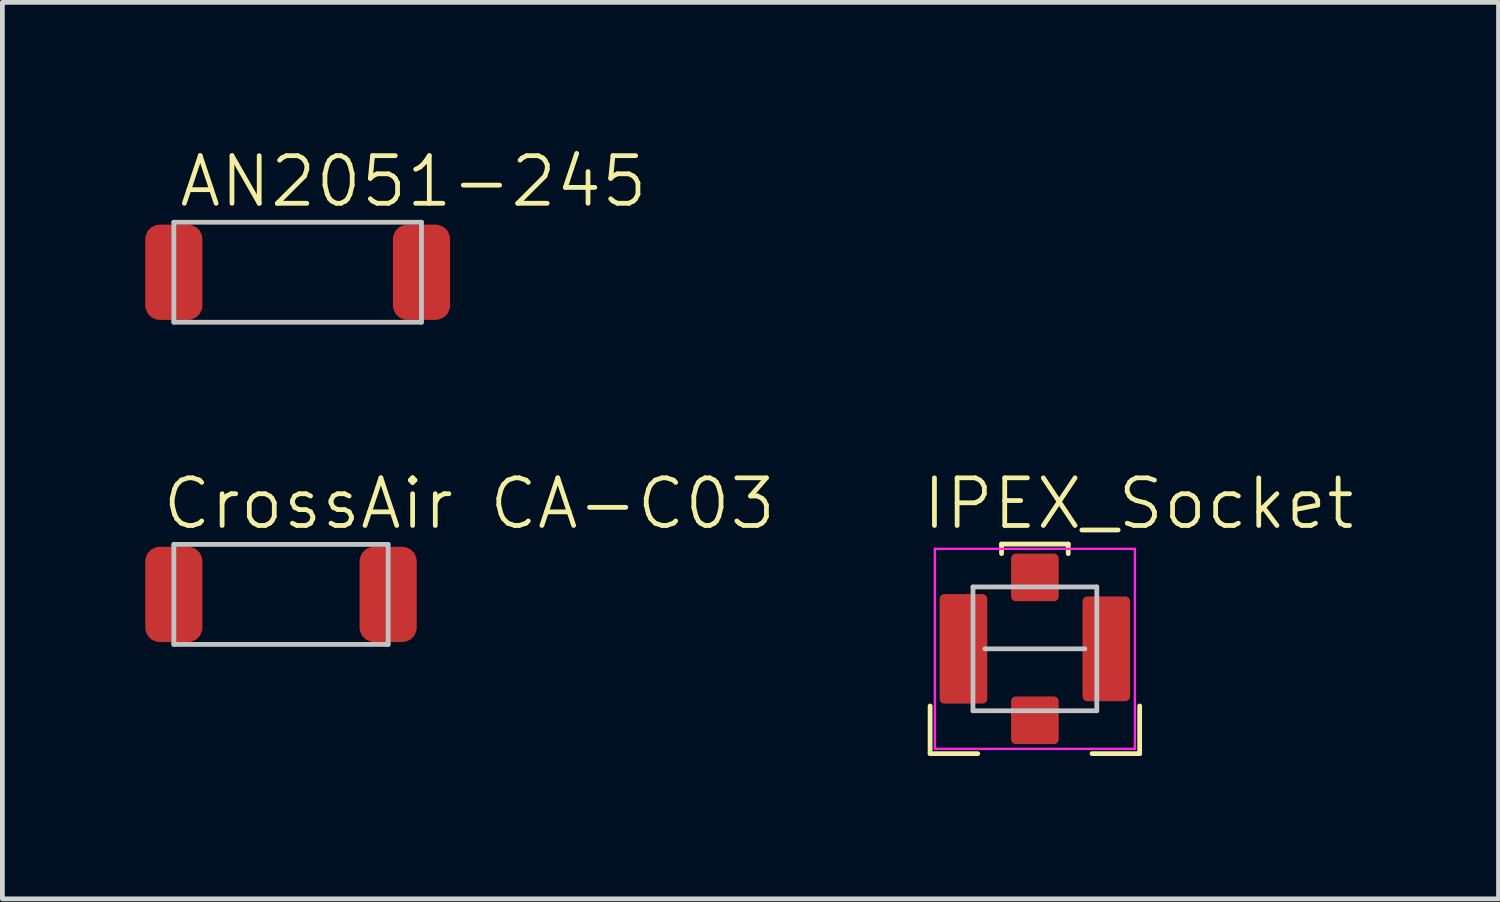
<source format=kicad_pcb>
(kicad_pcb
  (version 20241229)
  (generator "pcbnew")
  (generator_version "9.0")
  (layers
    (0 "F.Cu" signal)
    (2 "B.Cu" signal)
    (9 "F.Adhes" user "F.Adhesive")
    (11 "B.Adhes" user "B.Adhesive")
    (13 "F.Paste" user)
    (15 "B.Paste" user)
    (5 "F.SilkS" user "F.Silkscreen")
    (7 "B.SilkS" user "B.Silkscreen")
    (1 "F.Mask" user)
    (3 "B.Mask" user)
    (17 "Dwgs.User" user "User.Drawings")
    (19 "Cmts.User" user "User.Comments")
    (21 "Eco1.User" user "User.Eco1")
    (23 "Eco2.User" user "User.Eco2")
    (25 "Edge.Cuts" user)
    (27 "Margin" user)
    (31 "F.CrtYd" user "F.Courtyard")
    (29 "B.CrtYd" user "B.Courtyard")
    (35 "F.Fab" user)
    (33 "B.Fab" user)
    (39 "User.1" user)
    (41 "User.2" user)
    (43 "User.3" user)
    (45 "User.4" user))
  (footprint "IPEX_Socket"
    (layer "F.Cu")
    (at 18.68 10.574)
    (property "Reference" "IPEX_Socket" (at -2.413 -3.048 0) (unlocked yes) (layer "F.SilkS") (effects (font (size 1 1) (thickness 0.1)) (justify left)))
    (attr smd)
    (fp_line (start -2.2 1.2) (end -2.2 2.2) (stroke (width 0.1) (type default)) (layer "F.SilkS"))
    (fp_line (start -2.2 2.2) (end -1.2 2.2) (stroke (width 0.1) (type default)) (layer "F.SilkS"))
    (fp_line (start -0.7 -2.2) (end 0.7 -2.2) (stroke (width 0.1) (type default)) (layer "F.SilkS"))
    (fp_line (start -0.7 -2) (end -0.7 -2.2) (stroke (width 0.1) (type default)) (layer "F.SilkS"))
    (fp_line (start 0.7 -2) (end 0.7 -2.2) (stroke (width 0.1) (type default)) (layer "F.SilkS"))
    (fp_line (start 2.2 1.2) (end 2.2 2.2) (stroke (width 0.1) (type default)) (layer "F.SilkS"))
    (fp_line (start 2.2 2.2) (end 1.2 2.2) (stroke (width 0.1) (type default)) (layer "F.SilkS"))
    (fp_line (start -1.3 -1.3) (end -1.3 1.3) (stroke (width 0.1) (type default)) (layer "Dwgs.User"))
    (fp_line (start -1.3 -1.3) (end 1.3 -1.3) (stroke (width 0.1) (type default)) (layer "Dwgs.User"))
    (fp_line (start -1.3 1.3) (end 1.3 1.3) (stroke (width 0.1) (type default)) (layer "Dwgs.User"))
    (fp_line (start -1.05 0) (end 1.05 0) (stroke (width 0.1) (type default)) (layer "Dwgs.User"))
    (fp_line (start 1.3 -1.3) (end 1.3 1.3) (stroke (width 0.1) (type default)) (layer "Dwgs.User"))
    (fp_line (start -2.1 -2.1) (end 2.1 -2.1) (stroke (width 0.05) (type default)) (layer "F.CrtYd"))
    (fp_line (start -2.1 2.1) (end -2.1 -2.1) (stroke (width 0.05) (type default)) (layer "F.CrtYd"))
    (fp_line (start 2.1 -2.1) (end 2.1 2.1) (stroke (width 0.05) (type default)) (layer "F.CrtYd"))
    (fp_line (start 2.1 2.1) (end -2.1 2.1) (stroke (width 0.05) (type default)) (layer "F.CrtYd"))
    (pad "1" smd roundrect (at 0 -1.5 180) (size 1 1) (layers "F.Cu" "F.Mask" "F.Paste") (roundrect_rratio 0.1))
    (pad "2" smd roundrect (at -1.5 0 180) (size 1 2.3) (layers "F.Cu" "F.Mask" "F.Paste") (roundrect_rratio 0.1))
    (pad "2" smd roundrect (at 1.5 0) (size 1 2.2) (layers "F.Cu" "F.Mask" "F.Paste") (roundrect_rratio 0.1))
    (pad "NP" smd roundrect (at 0 1.5 180) (size 1 1) (layers "F.Cu" "F.Mask" "F.Paste") (roundrect_rratio 0.1)))
  (footprint "AN2051-245"
    (layer "F.Cu")
    (at 3.2 2.666)
    (property "Reference" "AN2051-245" (at -2.54 -1.905 0) (unlocked yes) (layer "F.SilkS") (effects (font (size 1 1) (thickness 0.1)) (justify left)))
    (attr smd)
    (fp_line (start -2.6 -1.05) (end -2.6 1.05) (stroke (width 0.1) (type default)) (layer "Dwgs.User"))
    (fp_line (start -2.6 1.05) (end 2.6 1.05) (stroke (width 0.1) (type default)) (layer "Dwgs.User"))
    (fp_line (start 2.6 -1.05) (end -2.6 -1.05) (stroke (width 0.1) (type default)) (layer "Dwgs.User"))
    (fp_line (start 2.6 1.05) (end 2.6 -1.05) (stroke (width 0.1) (type default)) (layer "Dwgs.User"))
    (pad "1" smd roundrect (at -2.6 0 180) (size 1.2 2) (layers "F.Cu" "F.Mask" "F.Paste") (roundrect_rratio 0.25))
    (pad "2" smd roundrect (at 2.6 0) (size 1.2 2) (layers "F.Cu" "F.Mask" "F.Paste") (roundrect_rratio 0.25)))
  (footprint "CrossAir CA-C03"
    (layer "F.Cu")
    (at 2.85 9.431)
    (property "Reference" "CrossAir CA-C03" (at -2.54 -1.905 0) (unlocked yes) (layer "F.SilkS") (effects (font (size 1 1) (thickness 0.1)) (justify left)))
    (attr smd)
    (fp_line (start -2.25 -1.05) (end -2.25 1.05) (stroke (width 0.1) (type default)) (layer "Dwgs.User"))
    (fp_line (start -2.25 1.05) (end 2.25 1.05) (stroke (width 0.1) (type default)) (layer "Dwgs.User"))
    (fp_line (start 2.25 -1.05) (end -2.25 -1.05) (stroke (width 0.1) (type default)) (layer "Dwgs.User"))
    (fp_line (start 2.25 1.05) (end 2.25 -1.05) (stroke (width 0.1) (type default)) (layer "Dwgs.User"))
    (pad "1" smd roundrect (at -2.25 0 180) (size 1.2 2) (layers "F.Cu" "F.Mask" "F.Paste") (roundrect_rratio 0.25))
    (pad "2" smd roundrect (at 2.25 0) (size 1.2 2) (layers "F.Cu" "F.Mask" "F.Paste") (roundrect_rratio 0.25)))
  (gr_rect
    (start -3 -3)
    (end 28.415 15.824)
    (stroke (width 0.1) (type default))
    (fill no)
    (layer "Edge.Cuts")))
</source>
